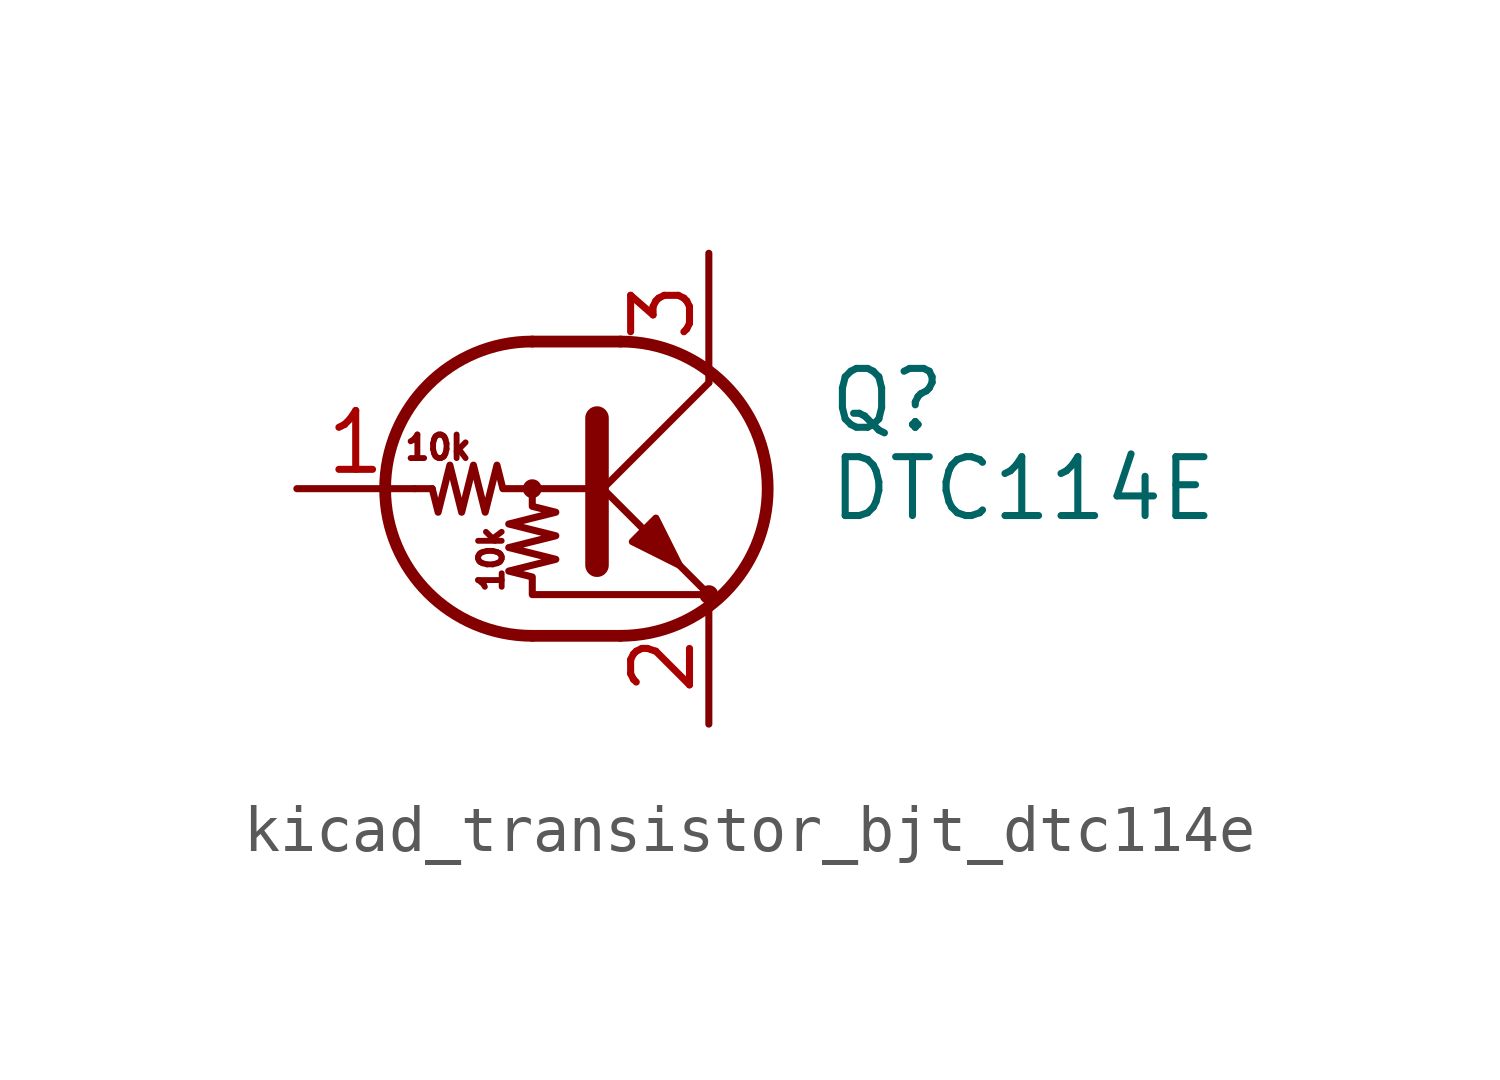
<source format=kicad_sym>
(kicad_symbol_lib
  (version 20220914)
  (generator kicad_symbol_editor)
  (symbol "kicad_transistor_bjt_dtc114e"
    (pin_names
      (offset 0) hide)
    (property "Reference" "Q"
      (at 5.08 1.905 0)
      (effects (font (size 1.27 1.27)) (justify left)))
    (property "Value" "DTC114E"
      (at 5.08 0 0)
      (effects (font (size 1.27 1.27)) (justify left)))
    (symbol "kicad_transistor_bjt_dtc114e_0_0"
      (text "10k" (at -3.302 0.889 0) (effects (font (size 0.508 0.508))))
      (text "10k" (at -2.159 -1.524 900) (effects (font (size 0.508 0.508)))))
    (symbol "kicad_transistor_bjt_dtc114e_0_1"
      (circle (center -1.27 0) (radius 0.127) (stroke (width 0) (type default)) (fill (type none)))
      (arc (start -1.27 3.175) (mid -4.4312 0) (end -1.27 -3.175) (stroke (width 0.254) (type default)) (fill (type none)))
      (polyline (pts (xy -3.429 0) (xy -3.81 0)) (stroke (width 0) (type default)) (fill (type none)))
      (polyline (pts (xy -1.27 -3.175) (xy 0.635 -3.175)) (stroke (width 0.254) (type default)) (fill (type none)))
      (polyline (pts (xy -1.27 3.175) (xy 0.635 3.175)) (stroke (width 0.254) (type default)) (fill (type none)))
      (polyline (pts (xy 0 -0.254) (xy 2.54 2.286)) (stroke (width 0) (type default)) (fill (type none)))
      (polyline (pts (xy 0.127 1.524) (xy 0.127 -1.651)) (stroke (width 0.508) (type default)) (fill (type outline)))
      (polyline (pts (xy 2.54 2.286) (xy 2.54 2.54)) (stroke (width 0) (type default)) (fill (type none)))
      (polyline (pts (xy 2.54 -2.286) (xy 0 0.254) (xy 0 0.254)) (stroke (width 0) (type default)) (fill (type none)))
      (polyline (pts (xy 0.889 -1.143) (xy 1.397 -0.635) (xy 1.905 -1.651) (xy 0.889 -1.143)) (stroke (width 0) (type default)) (fill (type outline)))
      (polyline (pts (xy 0 0) (xy -1.905 0) (xy -2.032 0.508) (xy -2.286 -0.508) (xy -2.54 0.508) (xy -2.794 -0.508) (xy -3.048 0.508) (xy -3.302 -0.508) (xy -3.429 0)) (stroke (width 0) (type default)) (fill (type none)))
      (polyline (pts (xy -1.27 0) (xy -1.27 -0.381) (xy -0.762 -0.508) (xy -1.778 -0.762) (xy -0.762 -1.016) (xy -1.778 -1.27) (xy -0.762 -1.524) (xy -1.778 -1.778) (xy -1.27 -1.905) (xy -1.27 -2.286) (xy 2.54 -2.286)) (stroke (width 0) (type default)) (fill (type none)))
      (arc (start 0.635 -3.175) (mid 3.7962 0) (end 0.635 3.175) (stroke (width 0.254) (type default)) (fill (type none)))
      (circle (center 2.54 -2.286) (radius 0.127) (stroke (width 0) (type default)) (fill (type none))))
    (symbol "kicad_transistor_bjt_dtc114e_1_1"
      (pin input line (at -6.35 0 0) (length 2.54) (name "B" (effects (font (size 1.27 1.27)))) (number "1" (effects (font (size 1.27 1.27)))))
      (pin passive line (at 2.54 -5.08 90) (length 2.54) (name "E" (effects (font (size 1.27 1.27)))) (number "2" (effects (font (size 1.27 1.27)))))
      (pin passive line (at 2.54 5.08 270) (length 2.54) (name "C" (effects (font (size 1.27 1.27)))) (number "3" (effects (font (size 1.27 1.27))))))))
</source>
